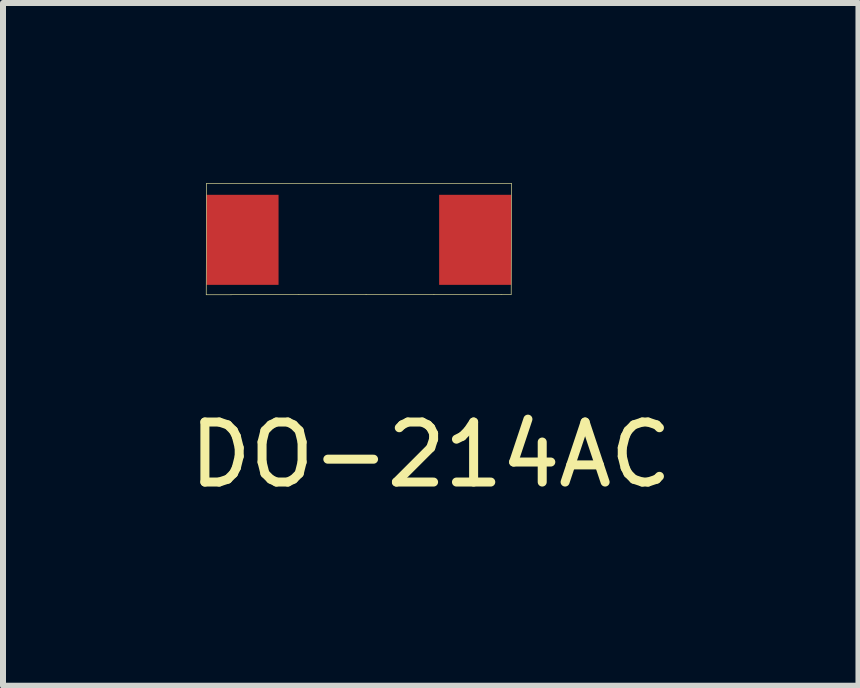
<source format=kicad_pcb>
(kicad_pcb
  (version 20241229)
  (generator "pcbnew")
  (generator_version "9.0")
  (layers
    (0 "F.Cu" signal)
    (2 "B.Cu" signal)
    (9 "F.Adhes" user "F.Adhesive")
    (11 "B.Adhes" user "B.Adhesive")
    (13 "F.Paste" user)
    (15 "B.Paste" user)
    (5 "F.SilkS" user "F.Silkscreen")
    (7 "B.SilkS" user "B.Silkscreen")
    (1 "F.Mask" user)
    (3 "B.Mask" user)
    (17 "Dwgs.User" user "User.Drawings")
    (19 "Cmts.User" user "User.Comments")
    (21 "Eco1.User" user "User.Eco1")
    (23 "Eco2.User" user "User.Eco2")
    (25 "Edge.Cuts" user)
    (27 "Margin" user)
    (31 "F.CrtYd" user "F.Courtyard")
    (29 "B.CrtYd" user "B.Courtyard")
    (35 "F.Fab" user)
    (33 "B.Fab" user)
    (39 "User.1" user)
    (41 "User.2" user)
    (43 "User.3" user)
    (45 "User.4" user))
  (footprint "DO-214AC"
    (layer "F.Cu")
    (at 0.99 0.945)
    (property "Reference" "DO-214AC" (at 3.135 3.58 0) (layer "F.SilkS") (effects (font (size 1 1) (thickness 0.15))))
    (attr through_hole)
    (fp_line (start -0.605 0.915) (end 4.475 0.91) (stroke (width 0.01) (type solid)) (layer "F.SilkS"))
    (fp_line (start -0.6 -0.94) (end -0.605 0.915) (stroke (width 0.01) (type solid)) (layer "F.SilkS"))
    (fp_line (start 4.475 0.91) (end 4.48 -0.94) (stroke (width 0.01) (type solid)) (layer "F.SilkS"))
    (fp_line (start 4.48 -0.94) (end -0.6 -0.94) (stroke (width 0.01) (type solid)) (layer "F.SilkS"))
    (pad "1" smd rect (at 0 0) (size 1.2 1.5) (layers "F.Cu" "F.Mask" "F.Paste"))
    (pad "2" smd rect (at 3.875 0) (size 1.2 1.5) (layers "F.Cu" "F.Mask" "F.Paste")))
  (gr_rect
    (start -3 -3)
    (end 11.25 8.373)
    (stroke (width 0.1) (type default))
    (fill no)
    (layer "Edge.Cuts")))
</source>
